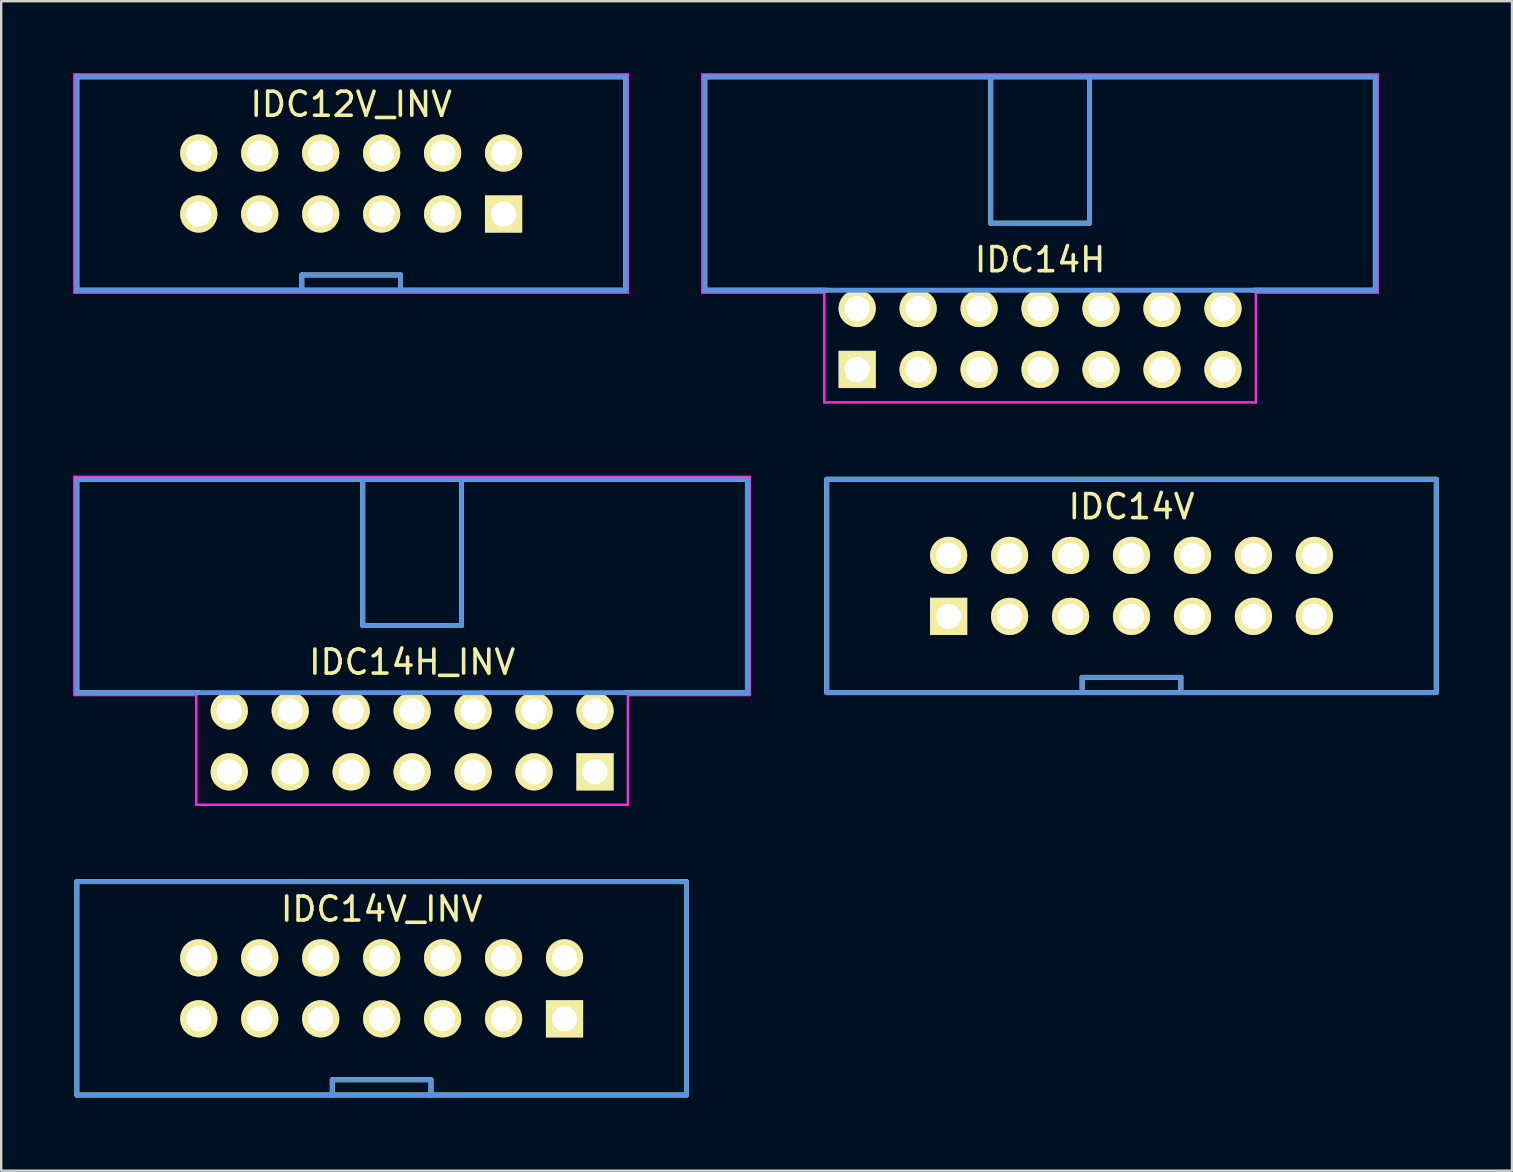
<source format=kicad_pcb>
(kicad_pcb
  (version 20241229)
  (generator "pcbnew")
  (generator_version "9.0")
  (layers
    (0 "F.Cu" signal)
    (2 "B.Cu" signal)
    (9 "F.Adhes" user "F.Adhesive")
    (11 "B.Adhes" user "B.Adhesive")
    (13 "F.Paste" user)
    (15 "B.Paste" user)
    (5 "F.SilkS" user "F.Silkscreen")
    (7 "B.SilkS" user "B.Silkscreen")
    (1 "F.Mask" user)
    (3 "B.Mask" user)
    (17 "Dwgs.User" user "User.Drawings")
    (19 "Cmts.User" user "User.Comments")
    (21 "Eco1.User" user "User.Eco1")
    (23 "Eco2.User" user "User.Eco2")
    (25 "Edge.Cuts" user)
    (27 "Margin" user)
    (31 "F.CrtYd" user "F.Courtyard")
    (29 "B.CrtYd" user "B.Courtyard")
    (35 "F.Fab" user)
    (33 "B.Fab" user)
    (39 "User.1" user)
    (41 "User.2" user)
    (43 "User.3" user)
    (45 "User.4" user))
  (footprint "IDC14H"
    (layer "F.Cu")
    (at 32.667 12.344)
    (property "Reference" "IDC14H" (at 7.62 -4.572 0) (layer "F.SilkS") (effects (font (size 1.001 1.001) (thickness 0.15))))
    (attr through_hole)
    (fp_line (start -6.35 -12.192) (end 21.59 -12.192) (stroke (width 0.203) (type solid)) (layer "F.SilkS"))
    (fp_line (start -6.35 -3.302) (end -6.35 -12.192) (stroke (width 0.203) (type solid)) (layer "F.SilkS"))
    (fp_line (start -6.35 -3.302) (end -1.27 -3.302) (stroke (width 0.203) (type solid)) (layer "F.SilkS"))
    (fp_line (start 5.563 -12.192) (end 5.563 -6.096) (stroke (width 0.203) (type solid)) (layer "F.SilkS"))
    (fp_line (start 5.563 -6.096) (end 9.677 -6.096) (stroke (width 0.203) (type solid)) (layer "F.SilkS"))
    (fp_line (start 9.677 -12.192) (end 9.677 -6.096) (stroke (width 0.203) (type solid)) (layer "F.SilkS"))
    (fp_line (start 21.59 -12.192) (end 21.59 -3.302) (stroke (width 0.203) (type solid)) (layer "F.SilkS"))
    (fp_line (start 21.59 -3.302) (end 16.51 -3.302) (stroke (width 0.203) (type solid)) (layer "F.SilkS"))
    (fp_line (start -6.35 -12.192) (end -6.35 -3.302) (stroke (width 0.203) (type solid)) (layer "Cmts.User"))
    (fp_line (start -6.35 -3.302) (end 21.59 -3.302) (stroke (width 0.203) (type solid)) (layer "Cmts.User"))
    (fp_line (start 5.563 -12.192) (end 5.563 -6.096) (stroke (width 0.203) (type solid)) (layer "Cmts.User"))
    (fp_line (start 5.563 -6.096) (end 9.677 -6.096) (stroke (width 0.203) (type solid)) (layer "Cmts.User"))
    (fp_line (start 9.677 -12.192) (end 9.677 -6.096) (stroke (width 0.203) (type solid)) (layer "Cmts.User"))
    (fp_line (start 21.59 -12.192) (end -6.35 -12.192) (stroke (width 0.203) (type solid)) (layer "Cmts.User"))
    (fp_line (start 21.59 -3.302) (end 21.59 -12.192) (stroke (width 0.203) (type solid)) (layer "Cmts.User"))
    (fp_line (start -6.452 -12.294) (end -6.452 -3.2) (stroke (width 0.102) (type solid)) (layer "F.CrtYd"))
    (fp_line (start -6.452 -3.2) (end -1.372 -3.2) (stroke (width 0.102) (type solid)) (layer "F.CrtYd"))
    (fp_line (start -1.372 -3.2) (end -1.372 1.372) (stroke (width 0.102) (type solid)) (layer "F.CrtYd"))
    (fp_line (start -1.372 1.372) (end 16.612 1.372) (stroke (width 0.102) (type solid)) (layer "F.CrtYd"))
    (fp_line (start 16.612 -3.2) (end 21.692 -3.2) (stroke (width 0.102) (type solid)) (layer "F.CrtYd"))
    (fp_line (start 16.612 1.372) (end 16.612 -3.2) (stroke (width 0.102) (type solid)) (layer "F.CrtYd"))
    (fp_line (start 21.692 -12.294) (end -6.452 -12.294) (stroke (width 0.102) (type solid)) (layer "F.CrtYd"))
    (fp_line (start 21.692 -3.2) (end 21.692 -12.294) (stroke (width 0.102) (type solid)) (layer "F.CrtYd"))
    (pad "1" thru_hole rect (at 0 0) (size 1.549 1.549) (drill 1.049) (layers "*.Cu" "*.Mask" "F.SilkS"))
    (pad "2" thru_hole circle (at 0 -2.54) (size 1.549 1.549) (drill 1.049) (layers "*.Cu" "*.Mask" "F.SilkS"))
    (pad "3" thru_hole circle (at 2.54 0) (size 1.549 1.549) (drill 1.049) (layers "*.Cu" "*.Mask" "F.SilkS"))
    (pad "4" thru_hole circle (at 2.54 -2.54) (size 1.549 1.549) (drill 1.049) (layers "*.Cu" "*.Mask" "F.SilkS"))
    (pad "5" thru_hole circle (at 5.08 0) (size 1.549 1.549) (drill 1.049) (layers "*.Cu" "*.Mask" "F.SilkS"))
    (pad "6" thru_hole circle (at 5.08 -2.54) (size 1.549 1.549) (drill 1.049) (layers "*.Cu" "*.Mask" "F.SilkS"))
    (pad "7" thru_hole circle (at 7.62 0) (size 1.549 1.549) (drill 1.049) (layers "*.Cu" "*.Mask" "F.SilkS"))
    (pad "8" thru_hole circle (at 7.62 -2.54) (size 1.549 1.549) (drill 1.049) (layers "*.Cu" "*.Mask" "F.SilkS"))
    (pad "9" thru_hole circle (at 10.16 0) (size 1.549 1.549) (drill 1.049) (layers "*.Cu" "*.Mask" "F.SilkS"))
    (pad "10" thru_hole circle (at 10.16 -2.54) (size 1.549 1.549) (drill 1.049) (layers "*.Cu" "*.Mask" "F.SilkS"))
    (pad "11" thru_hole circle (at 12.7 0) (size 1.549 1.549) (drill 1.049) (layers "*.Cu" "*.Mask" "F.SilkS"))
    (pad "12" thru_hole circle (at 12.7 -2.54) (size 1.549 1.549) (drill 1.049) (layers "*.Cu" "*.Mask" "F.SilkS"))
    (pad "13" thru_hole circle (at 15.24 0) (size 1.549 1.549) (drill 1.049) (layers "*.Cu" "*.Mask" "F.SilkS"))
    (pad "14" thru_hole circle (at 15.24 -2.54) (size 1.549 1.549) (drill 1.049) (layers "*.Cu" "*.Mask" "F.SilkS")))
  (footprint "IDC14H_INV"
    (layer "F.Cu")
    (at 6.502 29.111)
    (property "Reference" "IDC14H_INV" (at 7.62 -4.572 0) (layer "F.SilkS") (effects (font (size 1.001 1.001) (thickness 0.15))))
    (attr through_hole)
    (fp_line (start -6.35 -12.192) (end 21.59 -12.192) (stroke (width 0.203) (type solid)) (layer "F.SilkS"))
    (fp_line (start -6.35 -3.302) (end -6.35 -12.192) (stroke (width 0.203) (type solid)) (layer "F.SilkS"))
    (fp_line (start -6.35 -3.302) (end -1.27 -3.302) (stroke (width 0.203) (type solid)) (layer "F.SilkS"))
    (fp_line (start 5.563 -12.192) (end 5.563 -6.096) (stroke (width 0.203) (type solid)) (layer "F.SilkS"))
    (fp_line (start 5.563 -6.096) (end 9.677 -6.096) (stroke (width 0.203) (type solid)) (layer "F.SilkS"))
    (fp_line (start 9.677 -12.192) (end 9.677 -6.096) (stroke (width 0.203) (type solid)) (layer "F.SilkS"))
    (fp_line (start 21.59 -12.192) (end 21.59 -3.302) (stroke (width 0.203) (type solid)) (layer "F.SilkS"))
    (fp_line (start 21.59 -3.302) (end 16.51 -3.302) (stroke (width 0.203) (type solid)) (layer "F.SilkS"))
    (fp_line (start -6.35 -12.192) (end -6.35 -3.302) (stroke (width 0.203) (type solid)) (layer "Cmts.User"))
    (fp_line (start -6.35 -3.302) (end 21.59 -3.302) (stroke (width 0.203) (type solid)) (layer "Cmts.User"))
    (fp_line (start 5.563 -12.192) (end 5.563 -6.096) (stroke (width 0.203) (type solid)) (layer "Cmts.User"))
    (fp_line (start 5.563 -6.096) (end 9.677 -6.096) (stroke (width 0.203) (type solid)) (layer "Cmts.User"))
    (fp_line (start 9.677 -12.192) (end 9.677 -6.096) (stroke (width 0.203) (type solid)) (layer "Cmts.User"))
    (fp_line (start 21.59 -12.192) (end -6.35 -12.192) (stroke (width 0.203) (type solid)) (layer "Cmts.User"))
    (fp_line (start 21.59 -3.302) (end 21.59 -12.192) (stroke (width 0.203) (type solid)) (layer "Cmts.User"))
    (fp_line (start -6.452 -12.294) (end -6.452 -3.2) (stroke (width 0.102) (type solid)) (layer "F.CrtYd"))
    (fp_line (start -6.452 -3.2) (end -1.372 -3.2) (stroke (width 0.102) (type solid)) (layer "F.CrtYd"))
    (fp_line (start -1.372 -3.2) (end -1.372 1.372) (stroke (width 0.102) (type solid)) (layer "F.CrtYd"))
    (fp_line (start -1.372 1.372) (end 16.612 1.372) (stroke (width 0.102) (type solid)) (layer "F.CrtYd"))
    (fp_line (start 16.612 -3.2) (end 21.692 -3.2) (stroke (width 0.102) (type solid)) (layer "F.CrtYd"))
    (fp_line (start 16.612 1.372) (end 16.612 -3.2) (stroke (width 0.102) (type solid)) (layer "F.CrtYd"))
    (fp_line (start 21.692 -12.294) (end -6.452 -12.294) (stroke (width 0.102) (type solid)) (layer "F.CrtYd"))
    (fp_line (start 21.692 -3.2) (end 21.692 -12.294) (stroke (width 0.102) (type solid)) (layer "F.CrtYd"))
    (pad "1" thru_hole rect (at 15.24 0) (size 1.549 1.549) (drill 1.049) (layers "*.Cu" "*.Mask" "F.SilkS"))
    (pad "2" thru_hole circle (at 15.24 -2.54) (size 1.549 1.549) (drill 1.049) (layers "*.Cu" "*.Mask" "F.SilkS"))
    (pad "3" thru_hole circle (at 12.7 0) (size 1.549 1.549) (drill 1.049) (layers "*.Cu" "*.Mask" "F.SilkS"))
    (pad "4" thru_hole circle (at 12.7 -2.54) (size 1.549 1.549) (drill 1.049) (layers "*.Cu" "*.Mask" "F.SilkS"))
    (pad "5" thru_hole circle (at 10.16 0) (size 1.549 1.549) (drill 1.049) (layers "*.Cu" "*.Mask" "F.SilkS"))
    (pad "6" thru_hole circle (at 10.16 -2.54) (size 1.549 1.549) (drill 1.049) (layers "*.Cu" "*.Mask" "F.SilkS"))
    (pad "7" thru_hole circle (at 7.62 0) (size 1.549 1.549) (drill 1.049) (layers "*.Cu" "*.Mask" "F.SilkS"))
    (pad "8" thru_hole circle (at 7.62 -2.54) (size 1.549 1.549) (drill 1.049) (layers "*.Cu" "*.Mask" "F.SilkS"))
    (pad "9" thru_hole circle (at 5.08 0) (size 1.549 1.549) (drill 1.049) (layers "*.Cu" "*.Mask" "F.SilkS"))
    (pad "10" thru_hole circle (at 5.08 -2.54) (size 1.549 1.549) (drill 1.049) (layers "*.Cu" "*.Mask" "F.SilkS"))
    (pad "11" thru_hole circle (at 2.54 0) (size 1.549 1.549) (drill 1.049) (layers "*.Cu" "*.Mask" "F.SilkS"))
    (pad "12" thru_hole circle (at 2.54 -2.54) (size 1.549 1.549) (drill 1.049) (layers "*.Cu" "*.Mask" "F.SilkS"))
    (pad "13" thru_hole circle (at 0 0) (size 1.549 1.549) (drill 1.049) (layers "*.Cu" "*.Mask" "F.SilkS"))
    (pad "14" thru_hole circle (at 0 -2.54) (size 1.549 1.549) (drill 1.049) (layers "*.Cu" "*.Mask" "F.SilkS")))
  (footprint "IDC14V_INV"
    (layer "F.Cu")
    (at 5.232 39.401)
    (property "Reference" "IDC14V_INV" (at 7.62 -4.572 0) (layer "F.SilkS") (effects (font (size 1.001 1.001) (thickness 0.15))))
    (attr through_hole)
    (fp_line (start -5.08 -5.715) (end 20.32 -5.715) (stroke (width 0.203) (type solid)) (layer "F.SilkS"))
    (fp_line (start -5.08 3.175) (end -5.08 -5.715) (stroke (width 0.203) (type solid)) (layer "F.SilkS"))
    (fp_line (start 5.563 2.54) (end 9.677 2.54) (stroke (width 0.203) (type solid)) (layer "F.SilkS"))
    (fp_line (start 5.563 3.175) (end 5.563 2.54) (stroke (width 0.203) (type solid)) (layer "F.SilkS"))
    (fp_line (start 9.677 3.175) (end 9.677 2.54) (stroke (width 0.203) (type solid)) (layer "F.SilkS"))
    (fp_line (start 20.32 -5.715) (end 20.32 3.175) (stroke (width 0.203) (type solid)) (layer "F.SilkS"))
    (fp_line (start 20.32 3.175) (end -5.08 3.175) (stroke (width 0.203) (type solid)) (layer "F.SilkS"))
    (fp_line (start -5.08 -5.715) (end 20.32 -5.715) (stroke (width 0.203) (type solid)) (layer "Cmts.User"))
    (fp_line (start -5.08 3.175) (end -5.08 -5.715) (stroke (width 0.203) (type solid)) (layer "Cmts.User"))
    (fp_line (start 5.563 2.54) (end 9.677 2.54) (stroke (width 0.203) (type solid)) (layer "Cmts.User"))
    (fp_line (start 5.563 3.175) (end 5.563 2.54) (stroke (width 0.203) (type solid)) (layer "Cmts.User"))
    (fp_line (start 9.677 3.175) (end 9.677 2.54) (stroke (width 0.203) (type solid)) (layer "Cmts.User"))
    (fp_line (start 20.32 -5.715) (end 20.32 3.175) (stroke (width 0.203) (type solid)) (layer "Cmts.User"))
    (fp_line (start 20.32 3.175) (end -5.08 3.175) (stroke (width 0.203) (type solid)) (layer "Cmts.User"))
    (fp_line (start -5.182 -5.817) (end 20.422 -5.817) (stroke (width 0.102) (type solid)) (layer "Eco1.User"))
    (fp_line (start -5.182 3.277) (end -5.182 -5.817) (stroke (width 0.102) (type solid)) (layer "Eco1.User"))
    (fp_line (start 20.422 -5.817) (end 20.422 3.277) (stroke (width 0.102) (type solid)) (layer "Eco1.User"))
    (fp_line (start 20.422 3.277) (end -5.182 3.277) (stroke (width 0.102) (type solid)) (layer "Eco1.User"))
    (pad "1" thru_hole rect (at 15.24 0) (size 1.549 1.549) (drill 1.049) (layers "*.Cu" "*.Mask" "F.SilkS"))
    (pad "2" thru_hole circle (at 15.24 -2.54) (size 1.549 1.549) (drill 1.049) (layers "*.Cu" "*.Mask" "F.SilkS"))
    (pad "3" thru_hole circle (at 12.7 0) (size 1.549 1.549) (drill 1.049) (layers "*.Cu" "*.Mask" "F.SilkS"))
    (pad "4" thru_hole circle (at 12.7 -2.54) (size 1.549 1.549) (drill 1.049) (layers "*.Cu" "*.Mask" "F.SilkS"))
    (pad "5" thru_hole circle (at 10.16 0) (size 1.549 1.549) (drill 1.049) (layers "*.Cu" "*.Mask" "F.SilkS"))
    (pad "6" thru_hole circle (at 10.16 -2.54) (size 1.549 1.549) (drill 1.049) (layers "*.Cu" "*.Mask" "F.SilkS"))
    (pad "7" thru_hole circle (at 7.62 0) (size 1.549 1.549) (drill 1.049) (layers "*.Cu" "*.Mask" "F.SilkS"))
    (pad "8" thru_hole circle (at 7.62 -2.54) (size 1.549 1.549) (drill 1.049) (layers "*.Cu" "*.Mask" "F.SilkS"))
    (pad "9" thru_hole circle (at 5.08 0) (size 1.549 1.549) (drill 1.049) (layers "*.Cu" "*.Mask" "F.SilkS"))
    (pad "10" thru_hole circle (at 5.08 -2.54) (size 1.549 1.549) (drill 1.049) (layers "*.Cu" "*.Mask" "F.SilkS"))
    (pad "11" thru_hole circle (at 2.54 0) (size 1.549 1.549) (drill 1.049) (layers "*.Cu" "*.Mask" "F.SilkS"))
    (pad "12" thru_hole circle (at 2.54 -2.54) (size 1.549 1.549) (drill 1.049) (layers "*.Cu" "*.Mask" "F.SilkS"))
    (pad "13" thru_hole circle (at 0 0) (size 1.549 1.549) (drill 1.049) (layers "*.Cu" "*.Mask" "F.SilkS"))
    (pad "14" thru_hole circle (at 0 -2.54) (size 1.549 1.549) (drill 1.049) (layers "*.Cu" "*.Mask" "F.SilkS")))
  (footprint "IDC14V"
    (layer "F.Cu")
    (at 36.477 22.634)
    (property "Reference" "IDC14V" (at 7.62 -4.572 0) (layer "F.SilkS") (effects (font (size 1.001 1.001) (thickness 0.15))))
    (attr through_hole)
    (fp_line (start -5.08 -5.715) (end 20.32 -5.715) (stroke (width 0.203) (type solid)) (layer "F.SilkS"))
    (fp_line (start -5.08 3.175) (end -5.08 -5.715) (stroke (width 0.203) (type solid)) (layer "F.SilkS"))
    (fp_line (start 5.563 2.54) (end 9.677 2.54) (stroke (width 0.203) (type solid)) (layer "F.SilkS"))
    (fp_line (start 5.563 3.175) (end 5.563 2.54) (stroke (width 0.203) (type solid)) (layer "F.SilkS"))
    (fp_line (start 9.677 3.175) (end 9.677 2.54) (stroke (width 0.203) (type solid)) (layer "F.SilkS"))
    (fp_line (start 20.32 -5.715) (end 20.32 3.175) (stroke (width 0.203) (type solid)) (layer "F.SilkS"))
    (fp_line (start 20.32 3.175) (end -5.08 3.175) (stroke (width 0.203) (type solid)) (layer "F.SilkS"))
    (fp_line (start -5.08 -5.715) (end 20.32 -5.715) (stroke (width 0.203) (type solid)) (layer "Cmts.User"))
    (fp_line (start -5.08 3.175) (end -5.08 -5.715) (stroke (width 0.203) (type solid)) (layer "Cmts.User"))
    (fp_line (start 5.563 2.54) (end 9.677 2.54) (stroke (width 0.203) (type solid)) (layer "Cmts.User"))
    (fp_line (start 5.563 3.175) (end 5.563 2.54) (stroke (width 0.203) (type solid)) (layer "Cmts.User"))
    (fp_line (start 9.677 3.175) (end 9.677 2.54) (stroke (width 0.203) (type solid)) (layer "Cmts.User"))
    (fp_line (start 20.32 -5.715) (end 20.32 3.175) (stroke (width 0.203) (type solid)) (layer "Cmts.User"))
    (fp_line (start 20.32 3.175) (end -5.08 3.175) (stroke (width 0.203) (type solid)) (layer "Cmts.User"))
    (fp_line (start -5.182 -5.817) (end 20.422 -5.817) (stroke (width 0.102) (type solid)) (layer "Eco1.User"))
    (fp_line (start -5.182 3.277) (end -5.182 -5.817) (stroke (width 0.102) (type solid)) (layer "Eco1.User"))
    (fp_line (start 20.422 -5.817) (end 20.422 3.277) (stroke (width 0.102) (type solid)) (layer "Eco1.User"))
    (fp_line (start 20.422 3.277) (end -5.182 3.277) (stroke (width 0.102) (type solid)) (layer "Eco1.User"))
    (pad "1" thru_hole rect (at 0 0) (size 1.549 1.549) (drill 1.049) (layers "*.Cu" "*.Mask" "F.SilkS"))
    (pad "2" thru_hole circle (at 0 -2.54) (size 1.549 1.549) (drill 1.049) (layers "*.Cu" "*.Mask" "F.SilkS"))
    (pad "3" thru_hole circle (at 2.54 0) (size 1.549 1.549) (drill 1.049) (layers "*.Cu" "*.Mask" "F.SilkS"))
    (pad "4" thru_hole circle (at 2.54 -2.54) (size 1.549 1.549) (drill 1.049) (layers "*.Cu" "*.Mask" "F.SilkS"))
    (pad "5" thru_hole circle (at 5.08 0) (size 1.549 1.549) (drill 1.049) (layers "*.Cu" "*.Mask" "F.SilkS"))
    (pad "6" thru_hole circle (at 5.08 -2.54) (size 1.549 1.549) (drill 1.049) (layers "*.Cu" "*.Mask" "F.SilkS"))
    (pad "7" thru_hole circle (at 7.62 0) (size 1.549 1.549) (drill 1.049) (layers "*.Cu" "*.Mask" "F.SilkS"))
    (pad "8" thru_hole circle (at 7.62 -2.54) (size 1.549 1.549) (drill 1.049) (layers "*.Cu" "*.Mask" "F.SilkS"))
    (pad "9" thru_hole circle (at 10.16 0) (size 1.549 1.549) (drill 1.049) (layers "*.Cu" "*.Mask" "F.SilkS"))
    (pad "10" thru_hole circle (at 10.16 -2.54) (size 1.549 1.549) (drill 1.049) (layers "*.Cu" "*.Mask" "F.SilkS"))
    (pad "11" thru_hole circle (at 12.7 0) (size 1.549 1.549) (drill 1.049) (layers "*.Cu" "*.Mask" "F.SilkS"))
    (pad "12" thru_hole circle (at 12.7 -2.54) (size 1.549 1.549) (drill 1.049) (layers "*.Cu" "*.Mask" "F.SilkS"))
    (pad "13" thru_hole circle (at 15.24 0) (size 1.549 1.549) (drill 1.049) (layers "*.Cu" "*.Mask" "F.SilkS"))
    (pad "14" thru_hole circle (at 15.24 -2.54) (size 1.549 1.549) (drill 1.049) (layers "*.Cu" "*.Mask" "F.SilkS")))
  (footprint "IDC12V_INV"
    (layer "F.Cu")
    (at 5.232 5.867)
    (property "Reference" "IDC12V_INV" (at 6.35 -4.572 0) (layer "F.SilkS") (effects (font (size 1.001 1.001) (thickness 0.15))))
    (attr through_hole)
    (fp_line (start -5.08 -5.715) (end 17.78 -5.715) (stroke (width 0.203) (type solid)) (layer "F.SilkS"))
    (fp_line (start -5.08 3.175) (end -5.08 -5.715) (stroke (width 0.203) (type solid)) (layer "F.SilkS"))
    (fp_line (start 4.293 2.54) (end 8.407 2.54) (stroke (width 0.203) (type solid)) (layer "F.SilkS"))
    (fp_line (start 4.293 3.175) (end 4.293 2.54) (stroke (width 0.203) (type solid)) (layer "F.SilkS"))
    (fp_line (start 8.407 3.175) (end 8.407 2.54) (stroke (width 0.203) (type solid)) (layer "F.SilkS"))
    (fp_line (start 17.78 -5.715) (end 17.78 3.175) (stroke (width 0.203) (type solid)) (layer "F.SilkS"))
    (fp_line (start 17.78 3.175) (end -5.08 3.175) (stroke (width 0.203) (type solid)) (layer "F.SilkS"))
    (fp_line (start -5.08 -5.715) (end 17.78 -5.715) (stroke (width 0.203) (type solid)) (layer "Cmts.User"))
    (fp_line (start -5.08 3.175) (end -5.08 -5.715) (stroke (width 0.203) (type solid)) (layer "Cmts.User"))
    (fp_line (start 4.293 2.54) (end 8.407 2.54) (stroke (width 0.203) (type solid)) (layer "Cmts.User"))
    (fp_line (start 4.293 3.175) (end 4.293 2.54) (stroke (width 0.203) (type solid)) (layer "Cmts.User"))
    (fp_line (start 8.407 3.175) (end 8.407 2.54) (stroke (width 0.203) (type solid)) (layer "Cmts.User"))
    (fp_line (start 17.78 -5.715) (end 17.78 3.175) (stroke (width 0.203) (type solid)) (layer "Cmts.User"))
    (fp_line (start 17.78 3.175) (end -5.08 3.175) (stroke (width 0.203) (type solid)) (layer "Cmts.User"))
    (fp_line (start -5.182 -5.817) (end 17.882 -5.817) (stroke (width 0.102) (type solid)) (layer "F.CrtYd"))
    (fp_line (start -5.182 3.277) (end -5.182 -5.817) (stroke (width 0.102) (type solid)) (layer "F.CrtYd"))
    (fp_line (start 17.882 -5.817) (end 17.882 3.277) (stroke (width 0.102) (type solid)) (layer "F.CrtYd"))
    (fp_line (start 17.882 3.277) (end -5.182 3.277) (stroke (width 0.102) (type solid)) (layer "F.CrtYd"))
    (pad "1" thru_hole rect (at 12.7 0) (size 1.549 1.549) (drill 1.049) (layers "*.Cu" "*.Mask" "F.SilkS"))
    (pad "2" thru_hole circle (at 12.7 -2.54) (size 1.549 1.549) (drill 1.049) (layers "*.Cu" "*.Mask" "F.SilkS"))
    (pad "3" thru_hole circle (at 10.16 0) (size 1.549 1.549) (drill 1.049) (layers "*.Cu" "*.Mask" "F.SilkS"))
    (pad "4" thru_hole circle (at 10.16 -2.54) (size 1.549 1.549) (drill 1.049) (layers "*.Cu" "*.Mask" "F.SilkS"))
    (pad "5" thru_hole circle (at 7.62 0) (size 1.549 1.549) (drill 1.049) (layers "*.Cu" "*.Mask" "F.SilkS"))
    (pad "6" thru_hole circle (at 7.62 -2.54) (size 1.549 1.549) (drill 1.049) (layers "*.Cu" "*.Mask" "F.SilkS"))
    (pad "7" thru_hole circle (at 5.08 0) (size 1.549 1.549) (drill 1.049) (layers "*.Cu" "*.Mask" "F.SilkS"))
    (pad "8" thru_hole circle (at 5.08 -2.54) (size 1.549 1.549) (drill 1.049) (layers "*.Cu" "*.Mask" "F.SilkS"))
    (pad "9" thru_hole circle (at 2.54 0) (size 1.549 1.549) (drill 1.049) (layers "*.Cu" "*.Mask" "F.SilkS"))
    (pad "10" thru_hole circle (at 2.54 -2.54) (size 1.549 1.549) (drill 1.049) (layers "*.Cu" "*.Mask" "F.SilkS"))
    (pad "11" thru_hole circle (at 0 0) (size 1.549 1.549) (drill 1.049) (layers "*.Cu" "*.Mask" "F.SilkS"))
    (pad "12" thru_hole circle (at 0 -2.54) (size 1.549 1.549) (drill 1.049) (layers "*.Cu" "*.Mask" "F.SilkS")))
  (gr_rect
    (start -3 -3)
    (end 59.95 45.728)
    (stroke (width 0.1) (type default))
    (fill no)
    (layer "Edge.Cuts")))
</source>
